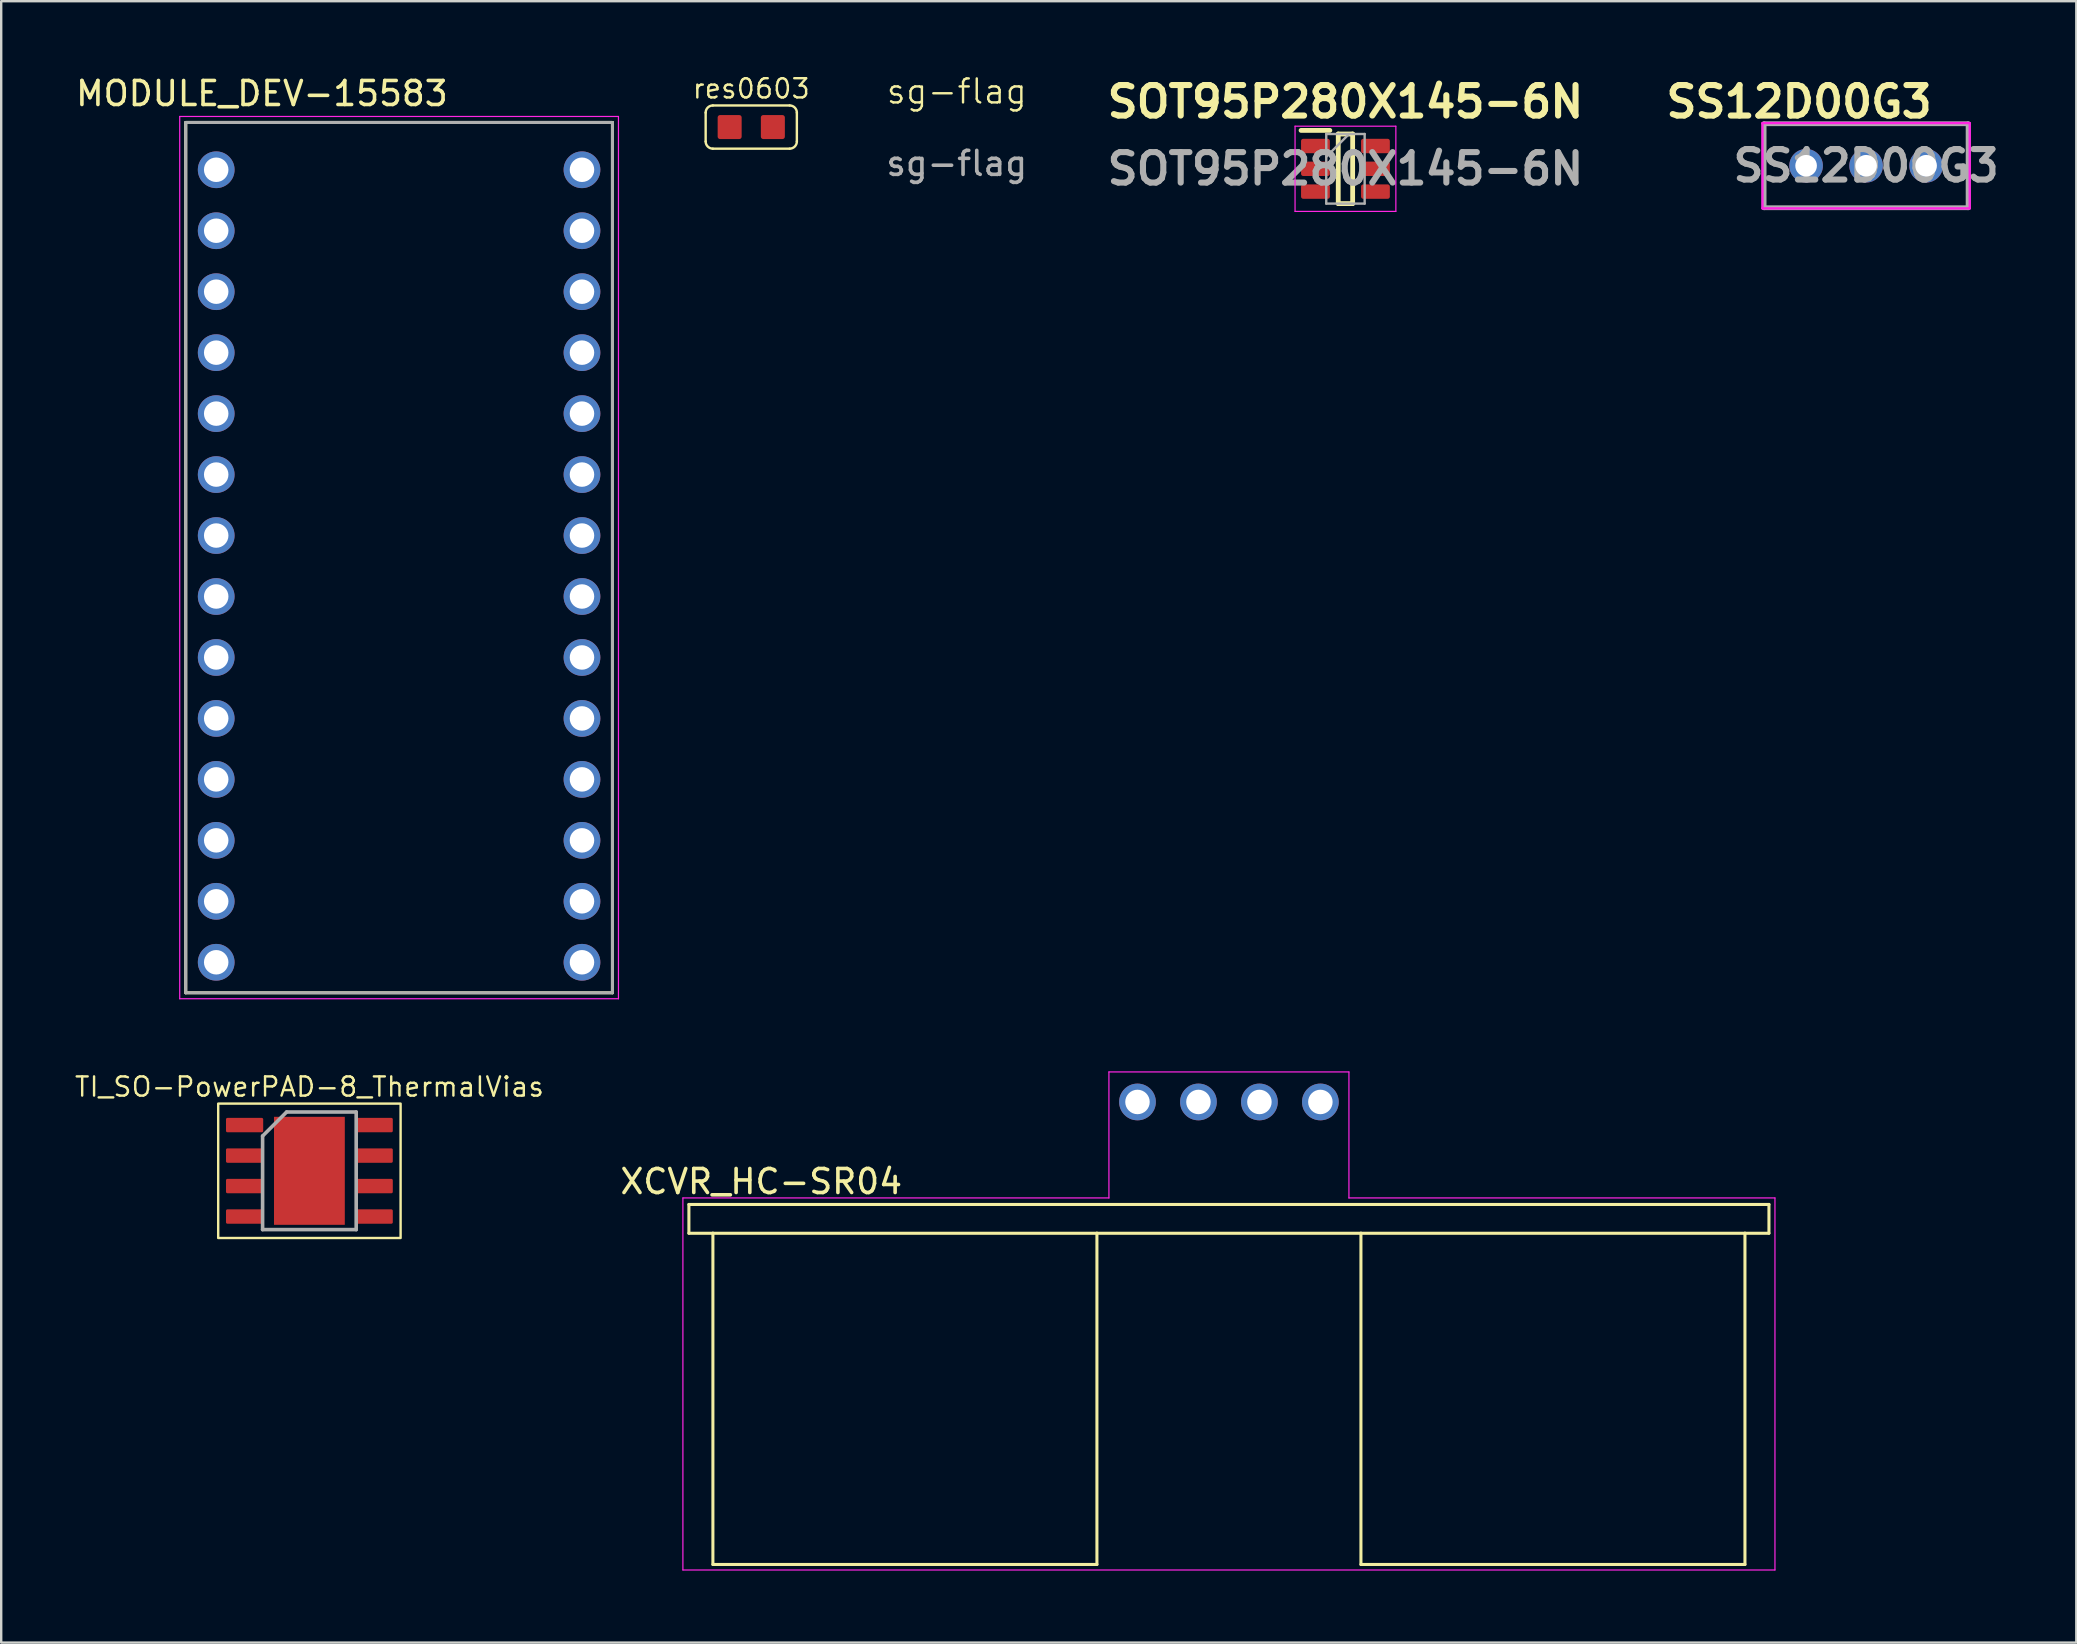
<source format=kicad_pcb>
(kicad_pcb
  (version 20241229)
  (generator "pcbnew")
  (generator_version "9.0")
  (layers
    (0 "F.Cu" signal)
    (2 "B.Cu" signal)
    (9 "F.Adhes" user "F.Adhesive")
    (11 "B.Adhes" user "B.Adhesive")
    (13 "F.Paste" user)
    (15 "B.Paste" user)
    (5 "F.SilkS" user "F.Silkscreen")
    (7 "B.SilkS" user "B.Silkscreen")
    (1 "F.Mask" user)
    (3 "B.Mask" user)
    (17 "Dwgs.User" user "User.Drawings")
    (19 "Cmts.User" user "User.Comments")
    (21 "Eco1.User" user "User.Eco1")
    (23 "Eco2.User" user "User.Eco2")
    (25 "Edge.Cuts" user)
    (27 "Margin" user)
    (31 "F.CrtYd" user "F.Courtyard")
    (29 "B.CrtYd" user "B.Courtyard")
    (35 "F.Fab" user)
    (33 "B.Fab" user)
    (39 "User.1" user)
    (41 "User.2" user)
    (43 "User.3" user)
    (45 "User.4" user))
  (footprint "res0603"
    (layer "F.Cu")
    (at 28.251 2.244)
    (property "Reference" "res0603" (at 0 -1.6 0) (layer "F.SilkS") (effects (font (size 0.8 0.8) (thickness 0.1))))
    (attr smd)
    (fp_line (start -1.9 0.6) (end -1.9 -0.6) (stroke (width 0.1) (type default)) (layer "F.SilkS"))
    (fp_line (start -1.6 -0.9) (end 1.6 -0.9) (stroke (width 0.1) (type default)) (layer "F.SilkS"))
    (fp_line (start -1.6 0.9) (end 1.6 0.9) (stroke (width 0.1) (type default)) (layer "F.SilkS"))
    (fp_line (start 1.9 -0.6) (end 1.9 0.6) (stroke (width 0.1) (type default)) (layer "F.SilkS"))
    (fp_arc (start -1.9 -0.6) (mid -1.812132 -0.812132) (end -1.6 -0.9) (stroke (width 0.1) (type default)) (layer "F.SilkS"))
    (fp_arc (start -1.6 0.9) (mid -1.812132 0.812132) (end -1.9 0.6) (stroke (width 0.1) (type default)) (layer "F.SilkS"))
    (fp_arc (start 1.6 -0.9) (mid 1.812132 -0.812132) (end 1.9 -0.6) (stroke (width 0.1) (type default)) (layer "F.SilkS"))
    (fp_arc (start 1.9 0.6) (mid 1.812132 0.812132) (end 1.6 0.9) (stroke (width 0.1) (type default)) (layer "F.SilkS"))
    (pad "1" smd roundrect (at -0.9 0) (size 1 1) (layers "F.Cu" "F.Mask" "F.Paste") (roundrect_rratio 0.1))
    (pad "2" smd roundrect (at 0.9 0) (size 1 1) (layers "F.Cu" "F.Mask" "F.Paste") (roundrect_rratio 0.1)))
  (footprint "MODULE_DEV-15583"
    (layer "F.Cu")
    (at 13.578 20.533)
    (property "Reference" "MODULE_DEV-15583" (at -5.715 -19.685 0) (layer "F.SilkS") (effects (font (size 1 1) (thickness 0.15))))
    (attr through_hole)
    (fp_line (start -8.89 -18.48) (end 8.89 -18.48) (stroke (width 0.127) (type solid)) (layer "F.SilkS"))
    (fp_line (start -8.89 17.78) (end -8.89 -18.48) (stroke (width 0.127) (type solid)) (layer "F.SilkS"))
    (fp_line (start 8.89 -18.48) (end 8.89 17.78) (stroke (width 0.127) (type solid)) (layer "F.SilkS"))
    (fp_line (start 8.89 17.78) (end -8.89 17.78) (stroke (width 0.127) (type solid)) (layer "F.SilkS"))
    (fp_line (start -9.14 -18.73) (end 9.14 -18.73) (stroke (width 0.05) (type solid)) (layer "F.CrtYd"))
    (fp_line (start -9.14 18.03) (end -9.14 -18.73) (stroke (width 0.05) (type solid)) (layer "F.CrtYd"))
    (fp_line (start 9.14 -18.73) (end 9.14 18.03) (stroke (width 0.05) (type solid)) (layer "F.CrtYd"))
    (fp_line (start 9.14 18.03) (end -9.14 18.03) (stroke (width 0.05) (type solid)) (layer "F.CrtYd"))
    (fp_line (start -8.89 -18.48) (end 8.89 -18.48) (stroke (width 0.127) (type solid)) (layer "F.Fab"))
    (fp_line (start -8.89 17.78) (end -8.89 -18.48) (stroke (width 0.127) (type solid)) (layer "F.Fab"))
    (fp_line (start 8.89 -18.48) (end 8.89 17.78) (stroke (width 0.127) (type solid)) (layer "F.Fab"))
    (fp_line (start 8.89 17.78) (end -8.89 17.78) (stroke (width 0.127) (type solid)) (layer "F.Fab"))
    (pad "0" thru_hole circle (at -7.62 -13.97) (size 1.53 1.53) (drill 1.02) (layers "*.Cu" "*.Mask"))
    (pad "1" thru_hole circle (at -7.62 -11.43) (size 1.53 1.53) (drill 1.02) (layers "*.Cu" "*.Mask"))
    (pad "2" thru_hole circle (at -7.62 -8.89) (size 1.53 1.53) (drill 1.02) (layers "*.Cu" "*.Mask"))
    (pad "3" thru_hole circle (at -7.62 -6.35) (size 1.53 1.53) (drill 1.02) (layers "*.Cu" "*.Mask"))
    (pad "3.3V_2" thru_hole circle (at 7.62 -11.43) (size 1.53 1.53) (drill 1.02) (layers "*.Cu" "*.Mask"))
    (pad "4" thru_hole circle (at -7.62 -3.81) (size 1.53 1.53) (drill 1.02) (layers "*.Cu" "*.Mask"))
    (pad "5" thru_hole circle (at -7.62 -1.27) (size 1.53 1.53) (drill 1.02) (layers "*.Cu" "*.Mask"))
    (pad "6" thru_hole circle (at -7.62 1.27) (size 1.53 1.53) (drill 1.02) (layers "*.Cu" "*.Mask"))
    (pad "7" thru_hole circle (at -7.62 3.81) (size 1.53 1.53) (drill 1.02) (layers "*.Cu" "*.Mask"))
    (pad "8" thru_hole circle (at -7.62 6.35) (size 1.53 1.53) (drill 1.02) (layers "*.Cu" "*.Mask"))
    (pad "9" thru_hole circle (at -7.62 8.89) (size 1.53 1.53) (drill 1.02) (layers "*.Cu" "*.Mask"))
    (pad "10" thru_hole circle (at -7.62 11.43) (size 1.53 1.53) (drill 1.02) (layers "*.Cu" "*.Mask"))
    (pad "11" thru_hole circle (at -7.62 13.97) (size 1.53 1.53) (drill 1.02) (layers "*.Cu" "*.Mask"))
    (pad "12" thru_hole circle (at -7.62 16.51) (size 1.53 1.53) (drill 1.02) (layers "*.Cu" "*.Mask"))
    (pad "13" thru_hole circle (at 7.62 16.51) (size 1.53 1.53) (drill 1.02) (layers "*.Cu" "*.Mask"))
    (pad "14" thru_hole circle (at 7.62 13.97) (size 1.53 1.53) (drill 1.02) (layers "*.Cu" "*.Mask"))
    (pad "15" thru_hole circle (at 7.62 11.43) (size 1.53 1.53) (drill 1.02) (layers "*.Cu" "*.Mask"))
    (pad "16" thru_hole circle (at 7.62 8.89) (size 1.53 1.53) (drill 1.02) (layers "*.Cu" "*.Mask"))
    (pad "17" thru_hole circle (at 7.62 6.35) (size 1.53 1.53) (drill 1.02) (layers "*.Cu" "*.Mask"))
    (pad "18" thru_hole circle (at 7.62 3.81) (size 1.53 1.53) (drill 1.02) (layers "*.Cu" "*.Mask"))
    (pad "19" thru_hole circle (at 7.62 1.27) (size 1.53 1.53) (drill 1.02) (layers "*.Cu" "*.Mask"))
    (pad "20" thru_hole circle (at 7.62 -1.27) (size 1.53 1.53) (drill 1.02) (layers "*.Cu" "*.Mask"))
    (pad "21" thru_hole circle (at 7.62 -3.81) (size 1.53 1.53) (drill 1.02) (layers "*.Cu" "*.Mask"))
    (pad "22" thru_hole circle (at 7.62 -6.35) (size 1.53 1.53) (drill 1.02) (layers "*.Cu" "*.Mask"))
    (pad "23" thru_hole circle (at 7.62 -8.89) (size 1.53 1.53) (drill 1.02) (layers "*.Cu" "*.Mask"))
    (pad "G1" thru_hole circle (at -7.62 -16.51) (size 1.53 1.53) (drill 1.02) (layers "*.Cu" "*.Mask"))
    (pad "G3" thru_hole circle (at 7.62 -13.97) (size 1.53 1.53) (drill 1.02) (layers "*.Cu" "*.Mask"))
    (pad "VIN" thru_hole circle (at 7.62 -16.51) (size 1.53 1.53) (drill 1.02) (layers "*.Cu" "*.Mask")))
  (footprint "TI_SO-PowerPAD-8_ThermalVias"
    (layer "F.Cu")
    (at 9.841 45.732)
    (property "Reference" "TI_SO-PowerPAD-8_ThermalVias" (at 0 -3.5 0) (layer "F.SilkS") (effects (font (size 0.8 0.8) (thickness 0.1))))
    (attr smd)
    (fp_rect (start 3.8 -2.8) (end -3.8 2.8) (stroke (width 0.1) (type solid)) (fill no) (layer "F.SilkS"))
    (fp_line (start -1.95 -1.45) (end -0.95 -2.45) (stroke (width 0.15) (type solid)) (layer "F.Fab"))
    (fp_line (start -1.95 2.45) (end -1.95 -1.45) (stroke (width 0.15) (type solid)) (layer "F.Fab"))
    (fp_line (start -0.95 -2.45) (end 1.95 -2.45) (stroke (width 0.15) (type solid)) (layer "F.Fab"))
    (fp_line (start 1.95 -2.45) (end 1.95 2.45) (stroke (width 0.15) (type solid)) (layer "F.Fab"))
    (fp_line (start 1.95 2.45) (end -1.95 2.45) (stroke (width 0.15) (type solid)) (layer "F.Fab"))
    (pad "1" smd roundrect (at -2.7 -1.905) (size 1.55 0.6) (layers "F.Cu" "F.Mask" "F.Paste") (roundrect_rratio 0.1))
    (pad "2" smd roundrect (at -2.7 -0.635) (size 1.55 0.6) (layers "F.Cu" "F.Mask" "F.Paste") (roundrect_rratio 0.1))
    (pad "3" smd roundrect (at -2.7 0.635) (size 1.55 0.6) (layers "F.Cu" "F.Mask" "F.Paste") (roundrect_rratio 0.1))
    (pad "4" smd roundrect (at -2.7 1.905) (size 1.55 0.6) (layers "F.Cu" "F.Mask" "F.Paste") (roundrect_rratio 0.1))
    (pad "5" smd roundrect (at 2.7 1.905) (size 1.55 0.6) (layers "F.Cu" "F.Mask" "F.Paste") (roundrect_rratio 0.1))
    (pad "6" smd roundrect (at 2.7 0.635) (size 1.55 0.6) (layers "F.Cu" "F.Mask" "F.Paste") (roundrect_rratio 0.1))
    (pad "7" smd roundrect (at 2.7 -0.635) (size 1.55 0.6) (layers "F.Cu" "F.Mask" "F.Paste") (roundrect_rratio 0.1))
    (pad "8" smd roundrect (at 2.7 -1.905) (size 1.55 0.6) (layers "F.Cu" "F.Mask" "F.Paste") (roundrect_rratio 0.1))
    (pad "9" smd rect (at 0 0) (size 2.95 4.5) (layers "F.Cu" "F.Mask" "F.Paste")))
  (footprint "sg-flag"
    (layer "F.Cu")
    (at 36.813 1.26)
    (property "Reference" "sg-flag" (at 0 -0.5 0) (unlocked yes) (layer "F.SilkS") (effects (font (size 1 1) (thickness 0.1))))
    (attr smd)
    (fp_text user "${REFERENCE}" (at 0 2.5 0) (unlocked yes) (layer "F.Fab") (effects (font (size 1 1) (thickness 0.15)))))
  (footprint "XCVR_HC-SR04"
    (layer "F.Cu")
    (at 48.153 42.863)
    (property "Reference" "XCVR_HC-SR04" (at -19.485 3.317 0) (layer "F.SilkS") (effects (font (size 1.001 1.001) (thickness 0.15))))
    (attr through_hole)
    (fp_line (start -22.5 4.27) (end 22.5 4.27) (stroke (width 0.127) (type solid)) (layer "F.SilkS"))
    (fp_line (start -22.5 5.47) (end -22.5 4.27) (stroke (width 0.127) (type solid)) (layer "F.SilkS"))
    (fp_line (start -21.5 5.47) (end -22.5 5.47) (stroke (width 0.127) (type solid)) (layer "F.SilkS"))
    (fp_line (start -21.5 5.47) (end -21.5 19.27) (stroke (width 0.127) (type solid)) (layer "F.SilkS"))
    (fp_line (start -21.5 19.27) (end -5.5 19.27) (stroke (width 0.127) (type solid)) (layer "F.SilkS"))
    (fp_line (start -5.5 5.47) (end -21.5 5.47) (stroke (width 0.127) (type solid)) (layer "F.SilkS"))
    (fp_line (start -5.5 5.47) (end -5.5 19.27) (stroke (width 0.127) (type solid)) (layer "F.SilkS"))
    (fp_line (start 5.5 5.47) (end -5.5 5.47) (stroke (width 0.127) (type solid)) (layer "F.SilkS"))
    (fp_line (start 5.5 5.47) (end 5.5 19.27) (stroke (width 0.127) (type solid)) (layer "F.SilkS"))
    (fp_line (start 5.5 19.27) (end 21.5 19.27) (stroke (width 0.127) (type solid)) (layer "F.SilkS"))
    (fp_line (start 21.5 5.47) (end 5.5 5.47) (stroke (width 0.127) (type solid)) (layer "F.SilkS"))
    (fp_line (start 21.5 5.47) (end 21.5 19.27) (stroke (width 0.127) (type solid)) (layer "F.SilkS"))
    (fp_line (start 22.5 4.27) (end 22.5 5.47) (stroke (width 0.127) (type solid)) (layer "F.SilkS"))
    (fp_line (start 22.5 5.47) (end 21.5 5.47) (stroke (width 0.127) (type solid)) (layer "F.SilkS"))
    (fp_line (start -22.75 4) (end -22.75 19.5) (stroke (width 0.05) (type solid)) (layer "F.CrtYd"))
    (fp_line (start -22.75 19.5) (end 22.75 19.5) (stroke (width 0.05) (type solid)) (layer "F.CrtYd"))
    (fp_line (start -5 -1.25) (end -5 4) (stroke (width 0.05) (type solid)) (layer "F.CrtYd"))
    (fp_line (start -5 4) (end -22.75 4) (stroke (width 0.05) (type solid)) (layer "F.CrtYd"))
    (fp_line (start 5 -1.25) (end -5 -1.25) (stroke (width 0.05) (type solid)) (layer "F.CrtYd"))
    (fp_line (start 5 4) (end 5 -1.25) (stroke (width 0.05) (type solid)) (layer "F.CrtYd"))
    (fp_line (start 22.75 4) (end 5 4) (stroke (width 0.05) (type solid)) (layer "F.CrtYd"))
    (fp_line (start 22.75 19.5) (end 22.75 4) (stroke (width 0.05) (type solid)) (layer "F.CrtYd"))
    (pad "1" thru_hole circle (at -3.81 0) (size 1.53 1.53) (drill 1.02) (layers "*.Cu" "*.Mask"))
    (pad "2" thru_hole circle (at -1.27 0) (size 1.53 1.53) (drill 1.02) (layers "*.Cu" "*.Mask"))
    (pad "3" thru_hole circle (at 1.27 0) (size 1.53 1.53) (drill 1.02) (layers "*.Cu" "*.Mask"))
    (pad "4" thru_hole circle (at 3.81 0) (size 1.53 1.53) (drill 1.02) (layers "*.Cu" "*.Mask")))
  (footprint "SS12D00G3"
    (layer "F.Cu")
    (at 74.701 3.856)
    (property "Reference" "SS12D00G3" (at -2.794 -2.667 0) (layer "F.SilkS") (effects (font (size 1.27 1.27) (thickness 0.254))))
    (attr through_hole)
    (fp_line (start -4.25 -1.75) (end 4.25 -1.75) (stroke (width 0.1) (type solid)) (layer "F.SilkS"))
    (fp_line (start -4.25 1.75) (end -4.25 -1.75) (stroke (width 0.1) (type solid)) (layer "F.SilkS"))
    (fp_line (start 4.25 -1.75) (end 4.25 1.75) (stroke (width 0.1) (type solid)) (layer "F.SilkS"))
    (fp_line (start 4.25 1.75) (end -4.25 1.75) (stroke (width 0.1) (type solid)) (layer "F.SilkS"))
    (fp_line (start -4.318 -1.778) (end 4.318 -1.778) (stroke (width 0.1) (type solid)) (layer "F.CrtYd"))
    (fp_line (start -4.318 1.778) (end -4.318 -1.778) (stroke (width 0.1) (type solid)) (layer "F.CrtYd"))
    (fp_line (start 4.318 -1.778) (end 4.318 1.778) (stroke (width 0.1) (type solid)) (layer "F.CrtYd"))
    (fp_line (start 4.318 1.778) (end -4.318 1.778) (stroke (width 0.1) (type solid)) (layer "F.CrtYd"))
    (fp_line (start -4.25 -1.75) (end 4.25 -1.75) (stroke (width 0.2) (type solid)) (layer "F.Fab"))
    (fp_line (start -4.25 1.75) (end -4.25 -1.75) (stroke (width 0.2) (type solid)) (layer "F.Fab"))
    (fp_line (start 4.25 -1.75) (end 4.25 1.75) (stroke (width 0.2) (type solid)) (layer "F.Fab"))
    (fp_line (start 4.25 1.75) (end -4.25 1.75) (stroke (width 0.2) (type solid)) (layer "F.Fab"))
    (fp_text user "${REFERENCE}" (at 0 0 0) (layer "F.Fab") (effects (font (size 1.27 1.27) (thickness 0.254))))
    (pad "1" thru_hole circle (at -2.5 0) (size 1.4 1.4) (drill 0.9) (layers "*.Cu" "*.Mask"))
    (pad "2" thru_hole circle (at 0 0) (size 1.4 1.4) (drill 0.9) (layers "*.Cu" "*.Mask"))
    (pad "3" thru_hole circle (at 2.5 0) (size 1.4 1.4) (drill 0.9) (layers "*.Cu" "*.Mask")))
  (footprint "SOT95P280X145-6N"
    (layer "F.Cu")
    (at 53.008 3.983)
    (property "Reference" "SOT95P280X145-6N" (at 0 -2.794 0) (layer "F.SilkS") (effects (font (size 1.27 1.27) (thickness 0.254))))
    (attr smd)
    (fp_line (start -1.85 -1.6) (end -0.65 -1.6) (stroke (width 0.2) (type solid)) (layer "F.SilkS"))
    (fp_line (start -0.3 -1.45) (end 0.3 -1.45) (stroke (width 0.2) (type solid)) (layer "F.SilkS"))
    (fp_line (start -0.3 1.45) (end -0.3 -1.45) (stroke (width 0.2) (type solid)) (layer "F.SilkS"))
    (fp_line (start 0.3 -1.45) (end 0.3 1.45) (stroke (width 0.2) (type solid)) (layer "F.SilkS"))
    (fp_line (start 0.3 1.45) (end -0.3 1.45) (stroke (width 0.2) (type solid)) (layer "F.SilkS"))
    (fp_line (start -2.1 -1.775) (end 2.1 -1.775) (stroke (width 0.05) (type solid)) (layer "F.CrtYd"))
    (fp_line (start -2.1 1.775) (end -2.1 -1.775) (stroke (width 0.05) (type solid)) (layer "F.CrtYd"))
    (fp_line (start 2.1 -1.775) (end 2.1 1.775) (stroke (width 0.05) (type solid)) (layer "F.CrtYd"))
    (fp_line (start 2.1 1.775) (end -2.1 1.775) (stroke (width 0.05) (type solid)) (layer "F.CrtYd"))
    (fp_line (start -0.8 -1.45) (end 0.8 -1.45) (stroke (width 0.1) (type solid)) (layer "F.Fab"))
    (fp_line (start -0.8 -0.5) (end 0.15 -1.45) (stroke (width 0.1) (type solid)) (layer "F.Fab"))
    (fp_line (start -0.8 1.45) (end -0.8 -1.45) (stroke (width 0.1) (type solid)) (layer "F.Fab"))
    (fp_line (start 0.8 -1.45) (end 0.8 1.45) (stroke (width 0.1) (type solid)) (layer "F.Fab"))
    (fp_line (start 0.8 1.45) (end -0.8 1.45) (stroke (width 0.1) (type solid)) (layer "F.Fab"))
    (fp_text user "${REFERENCE}" (at 0 0 0) (layer "F.Fab") (effects (font (size 1.27 1.27) (thickness 0.254))))
    (pad "1" smd roundrect (at -1.25 -0.95 90) (size 0.6 1.2) (layers "F.Cu" "F.Mask" "F.Paste") (roundrect_rratio 0.15))
    (pad "2" smd roundrect (at -1.25 0 90) (size 0.6 1.2) (layers "F.Cu" "F.Mask" "F.Paste") (roundrect_rratio 0.15))
    (pad "3" smd roundrect (at -1.25 0.95 90) (size 0.6 1.2) (layers "F.Cu" "F.Mask" "F.Paste") (roundrect_rratio 0.15))
    (pad "4" smd roundrect (at 1.25 0.95 90) (size 0.6 1.2) (layers "F.Cu" "F.Mask" "F.Paste") (roundrect_rratio 0.15))
    (pad "5" smd roundrect (at 1.25 0 90) (size 0.6 1.2) (layers "F.Cu" "F.Mask" "F.Paste") (roundrect_rratio 0.15))
    (pad "6" smd roundrect (at 1.25 -0.95 90) (size 0.6 1.2) (layers "F.Cu" "F.Mask" "F.Paste") (roundrect_rratio 0.15)))
  (gr_rect
    (start -3 -3)
    (end 83.459 65.388)
    (stroke (width 0.1) (type default))
    (fill no)
    (layer "Edge.Cuts")))
</source>
